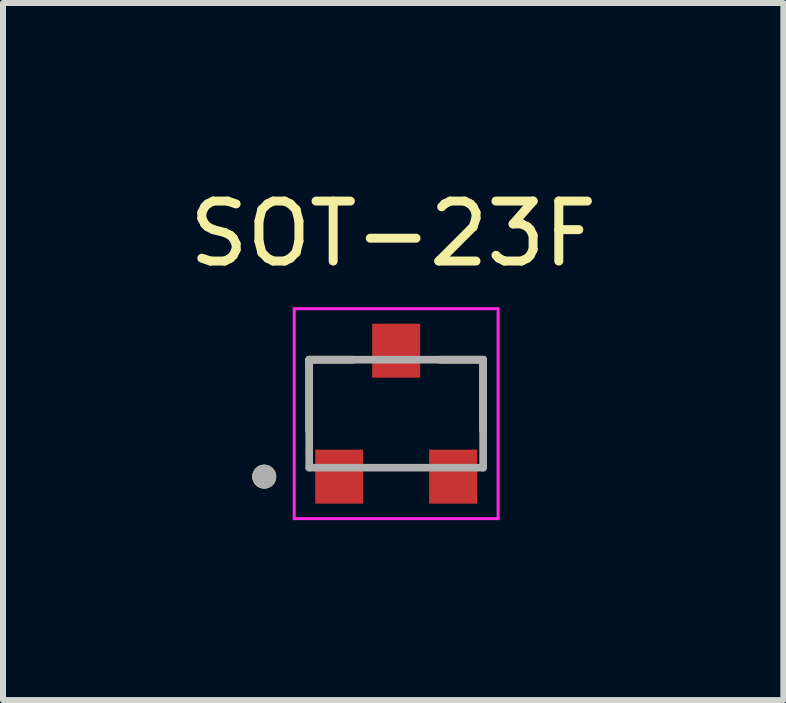
<source format=kicad_pcb>
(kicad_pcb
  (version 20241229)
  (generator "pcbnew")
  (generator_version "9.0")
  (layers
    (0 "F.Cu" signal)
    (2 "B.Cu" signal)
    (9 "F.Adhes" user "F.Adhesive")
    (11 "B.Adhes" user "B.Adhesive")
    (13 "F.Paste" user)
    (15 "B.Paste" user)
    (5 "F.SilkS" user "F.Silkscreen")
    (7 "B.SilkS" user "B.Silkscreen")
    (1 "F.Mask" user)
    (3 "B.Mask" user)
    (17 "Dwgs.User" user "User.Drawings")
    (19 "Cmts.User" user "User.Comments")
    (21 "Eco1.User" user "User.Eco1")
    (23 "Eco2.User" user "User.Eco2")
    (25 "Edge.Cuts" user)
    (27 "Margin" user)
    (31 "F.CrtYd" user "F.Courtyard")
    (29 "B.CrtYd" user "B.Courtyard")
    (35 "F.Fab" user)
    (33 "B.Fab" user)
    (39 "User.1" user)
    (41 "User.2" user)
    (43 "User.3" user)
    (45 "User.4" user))
  (footprint "SOT-23F"
    (layer "F.Cu")
    (at 3.556 3.848)
    (property "Reference" "SOT-23F" (at -0.05 -3 0) (layer "F.SilkS") (effects (font (size 1 1) (thickness 0.15))))
    (attr smd)
    (fp_line (start -1.45 -0.9) (end -0.72 -0.9) (stroke (width 0.127) (type solid)) (layer "F.SilkS"))
    (fp_line (start -1.45 0.28) (end -1.45 -0.9) (stroke (width 0.127) (type solid)) (layer "F.SilkS"))
    (fp_line (start 0.72 -0.9) (end 1.45 -0.9) (stroke (width 0.127) (type solid)) (layer "F.SilkS"))
    (fp_line (start 1.45 -0.9) (end 1.45 0.28) (stroke (width 0.127) (type solid)) (layer "F.SilkS"))
    (fp_circle (center -2.2 1.05) (end -2.1 1.05) (stroke (width 0.2) (type solid)) (fill no) (layer "F.SilkS"))
    (fp_line (start -1.7 -1.75) (end -1.7 1.75) (stroke (width 0.05) (type solid)) (layer "F.CrtYd"))
    (fp_line (start -1.7 1.75) (end 1.7 1.75) (stroke (width 0.05) (type solid)) (layer "F.CrtYd"))
    (fp_line (start 1.7 -1.75) (end -1.7 -1.75) (stroke (width 0.05) (type solid)) (layer "F.CrtYd"))
    (fp_line (start 1.7 1.75) (end 1.7 -1.75) (stroke (width 0.05) (type solid)) (layer "F.CrtYd"))
    (fp_line (start -1.45 -0.9) (end 1.45 -0.9) (stroke (width 0.127) (type solid)) (layer "F.Fab"))
    (fp_line (start -1.45 0.9) (end -1.45 -0.9) (stroke (width 0.127) (type solid)) (layer "F.Fab"))
    (fp_line (start 1.45 -0.9) (end 1.45 0.9) (stroke (width 0.127) (type solid)) (layer "F.Fab"))
    (fp_line (start 1.45 0.9) (end -1.45 0.9) (stroke (width 0.127) (type solid)) (layer "F.Fab"))
    (fp_circle (center -2.2 1.05) (end -2.1 1.05) (stroke (width 0.2) (type solid)) (fill no) (layer "F.Fab"))
    (pad "1" smd rect (at -0.95 1.05) (size 0.8 0.9) (layers "F.Cu" "F.Mask" "F.Paste"))
    (pad "2" smd rect (at 0.95 1.05) (size 0.8 0.9) (layers "F.Cu" "F.Mask" "F.Paste"))
    (pad "3" smd rect (at 0 -1.05) (size 0.8 0.9) (layers "F.Cu" "F.Mask" "F.Paste")))
  (gr_rect
    (start -3 -3)
    (end 10.012 8.623)
    (stroke (width 0.1) (type default))
    (fill no)
    (layer "Edge.Cuts")))
</source>
